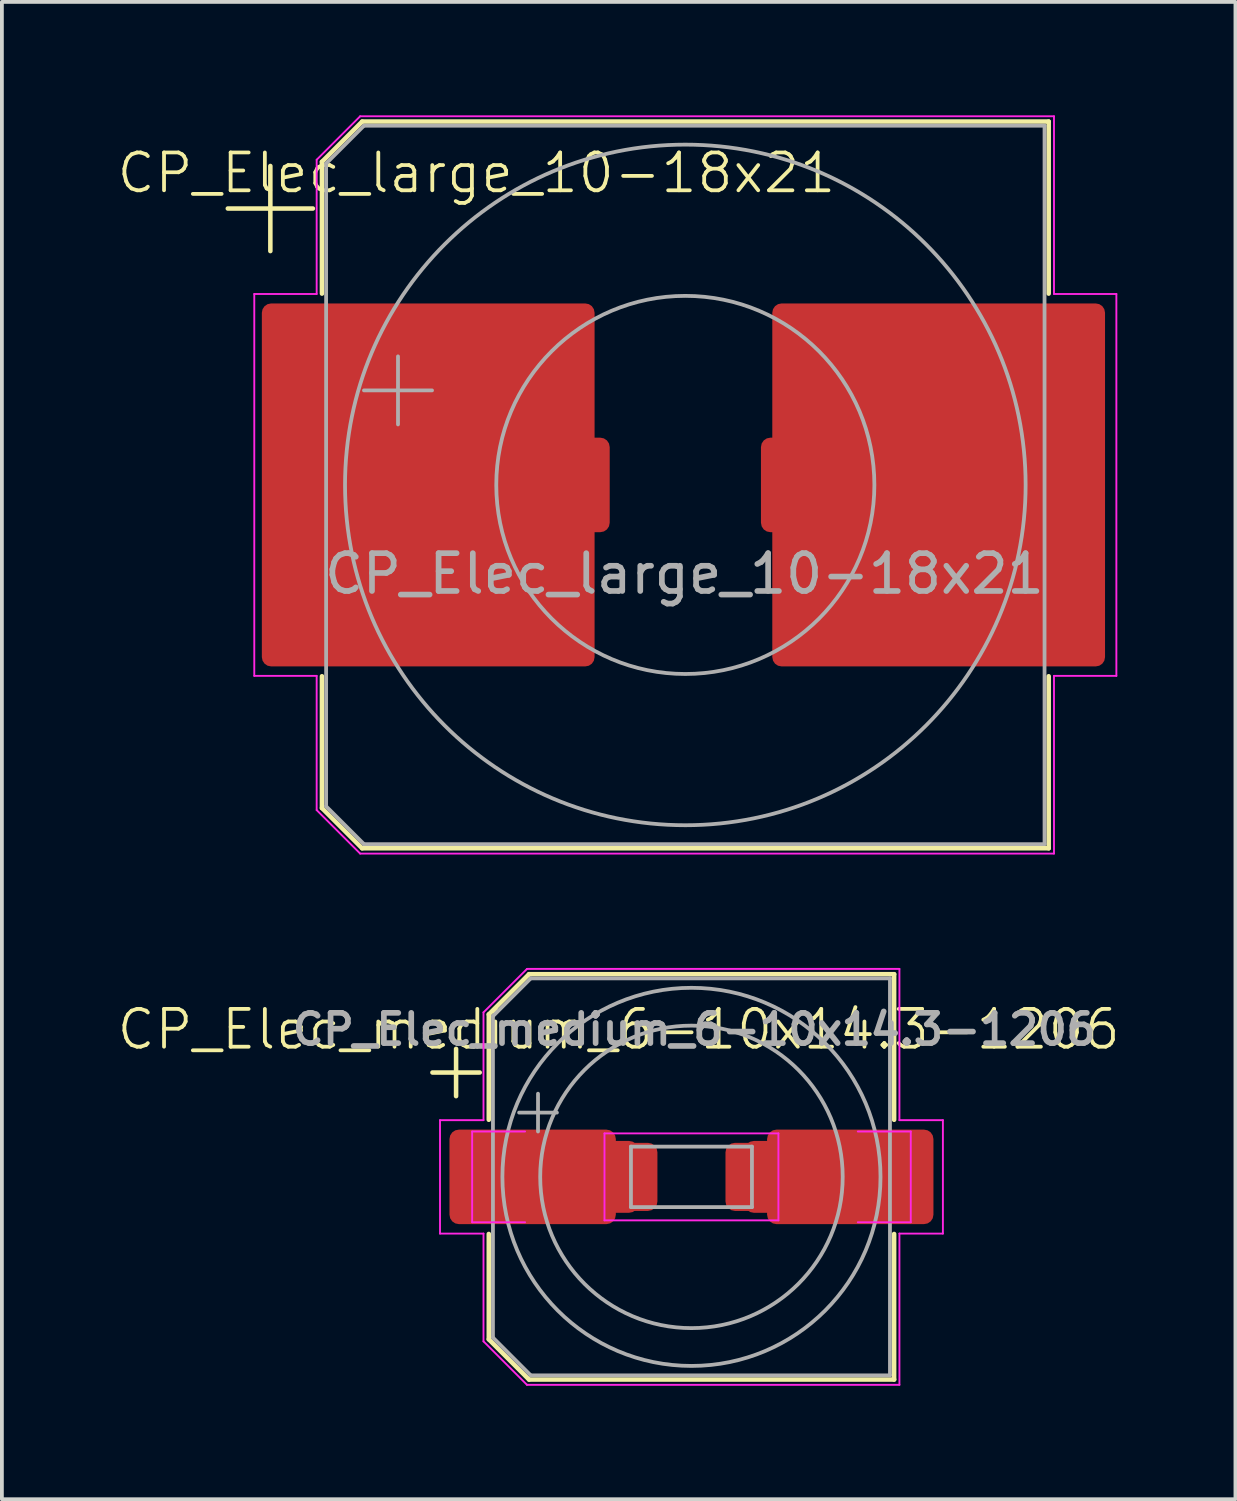
<source format=kicad_pcb>
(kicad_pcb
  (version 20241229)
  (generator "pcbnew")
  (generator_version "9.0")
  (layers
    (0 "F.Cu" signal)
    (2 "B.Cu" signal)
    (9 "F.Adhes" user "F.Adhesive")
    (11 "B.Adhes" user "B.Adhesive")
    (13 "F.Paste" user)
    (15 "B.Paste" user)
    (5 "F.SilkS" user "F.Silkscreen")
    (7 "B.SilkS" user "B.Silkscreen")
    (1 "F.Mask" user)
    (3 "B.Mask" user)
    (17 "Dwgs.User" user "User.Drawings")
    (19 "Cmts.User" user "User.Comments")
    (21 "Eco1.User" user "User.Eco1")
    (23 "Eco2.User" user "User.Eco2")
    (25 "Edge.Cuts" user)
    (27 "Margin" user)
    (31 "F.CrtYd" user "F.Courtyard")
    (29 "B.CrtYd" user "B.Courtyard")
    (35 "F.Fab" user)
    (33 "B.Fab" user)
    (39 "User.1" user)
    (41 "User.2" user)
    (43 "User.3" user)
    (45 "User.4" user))
  (footprint "CP_Elec_large_10-18x21"
    (layer "F.Cu")
    (at 15.05 9.625)
    (property "Reference" "CP_Elec_large_10-18x21" (at -5.5 -8.1 0) (unlocked yes) (layer "F.SilkS") (effects (font (size 1 1) (thickness 0.1))))
    (attr through_hole)
    (fp_line (start -12.075 -7.16) (end -9.825 -7.16) (stroke (width 0.12) (type solid)) (layer "F.SilkS"))
    (fp_line (start -10.95 -8.285) (end -10.95 -6.035) (stroke (width 0.12) (type solid)) (layer "F.SilkS"))
    (fp_line (start -9.585 -8.396) (end -9.585 -4.91) (stroke (width 0.12) (type solid)) (layer "F.SilkS"))
    (fp_line (start -9.585 -8.396) (end -8.521 -9.46) (stroke (width 0.12) (type solid)) (layer "F.SilkS"))
    (fp_line (start -9.585 8.696) (end -9.585 5.21) (stroke (width 0.12) (type solid)) (layer "F.SilkS"))
    (fp_line (start -9.585 8.696) (end -8.521 9.76) (stroke (width 0.12) (type solid)) (layer "F.SilkS"))
    (fp_line (start -8.521 -9.46) (end 9.635 -9.46) (stroke (width 0.12) (type solid)) (layer "F.SilkS"))
    (fp_line (start -8.521 9.76) (end 9.635 9.76) (stroke (width 0.12) (type solid)) (layer "F.SilkS"))
    (fp_line (start 9.635 -9.46) (end 9.635 -4.91) (stroke (width 0.12) (type solid)) (layer "F.SilkS"))
    (fp_line (start 9.635 9.76) (end 9.635 5.21) (stroke (width 0.12) (type solid)) (layer "F.SilkS"))
    (fp_line (start -11.375 -4.9) (end -11.375 5.2) (stroke (width 0.05) (type solid)) (layer "F.CrtYd"))
    (fp_line (start -11.375 5.2) (end -9.725 5.2) (stroke (width 0.05) (type solid)) (layer "F.CrtYd"))
    (fp_line (start -9.725 -8.45) (end -9.725 -4.9) (stroke (width 0.05) (type solid)) (layer "F.CrtYd"))
    (fp_line (start -9.725 -8.45) (end -8.575 -9.6) (stroke (width 0.05) (type solid)) (layer "F.CrtYd"))
    (fp_line (start -9.725 -4.9) (end -11.375 -4.9) (stroke (width 0.05) (type solid)) (layer "F.CrtYd"))
    (fp_line (start -9.725 5.2) (end -9.725 8.75) (stroke (width 0.05) (type solid)) (layer "F.CrtYd"))
    (fp_line (start -9.725 8.75) (end -8.575 9.9) (stroke (width 0.05) (type solid)) (layer "F.CrtYd"))
    (fp_line (start -8.575 -9.6) (end 9.775 -9.6) (stroke (width 0.05) (type solid)) (layer "F.CrtYd"))
    (fp_line (start -8.575 9.9) (end 9.775 9.9) (stroke (width 0.05) (type solid)) (layer "F.CrtYd"))
    (fp_line (start 9.775 -9.6) (end 9.775 -4.9) (stroke (width 0.05) (type solid)) (layer "F.CrtYd"))
    (fp_line (start 9.775 -4.9) (end 11.425 -4.9) (stroke (width 0.05) (type solid)) (layer "F.CrtYd"))
    (fp_line (start 9.775 5.2) (end 9.775 9.9) (stroke (width 0.05) (type solid)) (layer "F.CrtYd"))
    (fp_line (start 11.425 -4.9) (end 11.425 5.2) (stroke (width 0.05) (type solid)) (layer "F.CrtYd"))
    (fp_line (start 11.425 5.2) (end 9.775 5.2) (stroke (width 0.05) (type solid)) (layer "F.CrtYd"))
    (fp_line (start -9.475 -8.35) (end -9.475 8.65) (stroke (width 0.1) (type solid)) (layer "F.Fab"))
    (fp_line (start -9.475 -8.35) (end -8.475 -9.35) (stroke (width 0.1) (type solid)) (layer "F.Fab"))
    (fp_line (start -9.475 8.65) (end -8.475 9.65) (stroke (width 0.1) (type solid)) (layer "F.Fab"))
    (fp_line (start -8.475 -9.35) (end 9.525 -9.35) (stroke (width 0.1) (type solid)) (layer "F.Fab"))
    (fp_line (start -8.475 9.65) (end 9.525 9.65) (stroke (width 0.1) (type solid)) (layer "F.Fab"))
    (fp_line (start -8.474 -2.35) (end -6.674 -2.35) (stroke (width 0.1) (type solid)) (layer "F.Fab"))
    (fp_line (start -7.574 -3.25) (end -7.574 -1.45) (stroke (width 0.1) (type solid)) (layer "F.Fab"))
    (fp_line (start 9.525 -9.35) (end 9.525 9.65) (stroke (width 0.1) (type solid)) (layer "F.Fab"))
    (fp_circle (center 0.025 0.15) (end 5.025 0.15) (stroke (width 0.1) (type solid)) (fill no) (layer "F.Fab"))
    (fp_circle (center 0.025 0.15) (end 9.025 0.15) (stroke (width 0.1) (type solid)) (fill no) (layer "F.Fab"))
    (fp_text user "${REFERENCE}" (at 0 2.5 0) (unlocked yes) (layer "F.Fab") (effects (font (size 1 1) (thickness 0.15))))
    (pad "1" smd roundrect (at -6.775 0.15) (size 8.8 9.6) (layers "F.Cu" "F.Mask" "F.Paste") (roundrect_rratio 0.028))
    (pad "1" smd roundrect (at -4.175 0.15) (size 4.4 2.5) (layers "F.Cu" "F.Mask" "F.Paste") (roundrect_rratio 0.1))
    (pad "2" smd roundrect (at 4.225 0.15) (size 4.4 2.5) (layers "F.Cu" "F.Mask" "F.Paste") (roundrect_rratio 0.1))
    (pad "2" smd roundrect (at 6.725 0.15) (size 8.8 9.6) (layers "F.Cu" "F.Mask" "F.Paste") (roundrect_rratio 0.028)))
  (footprint "CP_Elec_medium_6-10x14.3-1206"
    (layer "F.Cu")
    (at 15.312 27.875)
    (property "Reference" "CP_Elec_medium_6-10x14.3-1206" (at -2 -3.7 0) (unlocked yes) (layer "F.SilkS") (effects (font (size 1 1) (thickness 0.1))))
    (attr through_hole)
    (fp_line (start -6.925 -2.56) (end -5.675 -2.56) (stroke (width 0.12) (type solid)) (layer "F.SilkS"))
    (fp_line (start -6.3 -3.185) (end -6.3 -1.935) (stroke (width 0.12) (type solid)) (layer "F.SilkS"))
    (fp_line (start -5.435 -4.096) (end -5.435 -1.31) (stroke (width 0.12) (type solid)) (layer "F.SilkS"))
    (fp_line (start -5.435 -4.096) (end -4.371 -5.16) (stroke (width 0.12) (type solid)) (layer "F.SilkS"))
    (fp_line (start -5.435 4.496) (end -5.435 1.71) (stroke (width 0.12) (type solid)) (layer "F.SilkS"))
    (fp_line (start -5.435 4.496) (end -4.371 5.56) (stroke (width 0.12) (type solid)) (layer "F.SilkS"))
    (fp_line (start -4.371 -5.16) (end 5.285 -5.16) (stroke (width 0.12) (type solid)) (layer "F.SilkS"))
    (fp_line (start -4.371 5.56) (end 5.285 5.56) (stroke (width 0.12) (type solid)) (layer "F.SilkS"))
    (fp_line (start 5.285 -5.16) (end 5.285 -1.31) (stroke (width 0.12) (type solid)) (layer "F.SilkS"))
    (fp_line (start 5.285 5.56) (end 5.285 1.71) (stroke (width 0.12) (type solid)) (layer "F.SilkS"))
    (fp_line (start -6.725 -1.3) (end -6.725 1.7) (stroke (width 0.05) (type solid)) (layer "F.CrtYd"))
    (fp_line (start -6.725 1.7) (end -5.575 1.7) (stroke (width 0.05) (type solid)) (layer "F.CrtYd"))
    (fp_line (start -5.875 -1) (end -5.875 1.4) (stroke (width 0.05) (type solid)) (layer "F.CrtYd"))
    (fp_line (start -5.875 1.4) (end -4.475 1.4) (stroke (width 0.05) (type solid)) (layer "F.CrtYd"))
    (fp_line (start -5.575 -4.15) (end -5.575 -1.3) (stroke (width 0.05) (type solid)) (layer "F.CrtYd"))
    (fp_line (start -5.575 -4.15) (end -4.425 -5.3) (stroke (width 0.05) (type solid)) (layer "F.CrtYd"))
    (fp_line (start -5.575 -1.3) (end -6.725 -1.3) (stroke (width 0.05) (type solid)) (layer "F.CrtYd"))
    (fp_line (start -5.575 1.7) (end -5.575 4.55) (stroke (width 0.05) (type solid)) (layer "F.CrtYd"))
    (fp_line (start -5.575 4.55) (end -4.425 5.7) (stroke (width 0.05) (type solid)) (layer "F.CrtYd"))
    (fp_line (start -4.475 -1) (end -5.875 -1) (stroke (width 0.05) (type solid)) (layer "F.CrtYd"))
    (fp_line (start -4.425 -5.3) (end 5.425 -5.3) (stroke (width 0.05) (type solid)) (layer "F.CrtYd"))
    (fp_line (start -4.425 5.7) (end 5.425 5.7) (stroke (width 0.05) (type solid)) (layer "F.CrtYd"))
    (fp_line (start -2.375 -0.95) (end 2.225 -0.95) (stroke (width 0.05) (type solid)) (layer "F.CrtYd"))
    (fp_line (start -2.375 1.35) (end -2.375 -0.95) (stroke (width 0.05) (type solid)) (layer "F.CrtYd"))
    (fp_line (start 2.225 -0.95) (end 2.225 1.35) (stroke (width 0.05) (type solid)) (layer "F.CrtYd"))
    (fp_line (start 2.225 1.35) (end -2.375 1.35) (stroke (width 0.05) (type solid)) (layer "F.CrtYd"))
    (fp_line (start 4.325 -1) (end 5.725 -1) (stroke (width 0.05) (type solid)) (layer "F.CrtYd"))
    (fp_line (start 5.425 -5.3) (end 5.425 -1.3) (stroke (width 0.05) (type solid)) (layer "F.CrtYd"))
    (fp_line (start 5.425 -1.3) (end 6.575 -1.3) (stroke (width 0.05) (type solid)) (layer "F.CrtYd"))
    (fp_line (start 5.425 1.7) (end 5.425 5.7) (stroke (width 0.05) (type solid)) (layer "F.CrtYd"))
    (fp_line (start 5.725 -1) (end 5.725 1.4) (stroke (width 0.05) (type solid)) (layer "F.CrtYd"))
    (fp_line (start 5.725 1.4) (end 4.325 1.4) (stroke (width 0.05) (type solid)) (layer "F.CrtYd"))
    (fp_line (start 6.575 -1.3) (end 6.575 1.7) (stroke (width 0.05) (type solid)) (layer "F.CrtYd"))
    (fp_line (start 6.575 1.7) (end 5.425 1.7) (stroke (width 0.05) (type solid)) (layer "F.CrtYd"))
    (fp_line (start -5.325 -4.05) (end -5.325 4.45) (stroke (width 0.1) (type solid)) (layer "F.Fab"))
    (fp_line (start -5.325 -4.05) (end -4.325 -5.05) (stroke (width 0.1) (type solid)) (layer "F.Fab"))
    (fp_line (start -5.325 4.45) (end -4.325 5.45) (stroke (width 0.1) (type solid)) (layer "F.Fab"))
    (fp_line (start -4.633 -1.5) (end -3.633 -1.5) (stroke (width 0.1) (type solid)) (layer "F.Fab"))
    (fp_line (start -4.325 -5.05) (end 5.175 -5.05) (stroke (width 0.1) (type solid)) (layer "F.Fab"))
    (fp_line (start -4.325 5.45) (end 5.175 5.45) (stroke (width 0.1) (type solid)) (layer "F.Fab"))
    (fp_line (start -4.133 -2) (end -4.133 -1) (stroke (width 0.1) (type solid)) (layer "F.Fab"))
    (fp_line (start -1.675 -0.6) (end 1.525 -0.6) (stroke (width 0.1) (type solid)) (layer "F.Fab"))
    (fp_line (start -1.675 1) (end -1.675 -0.6) (stroke (width 0.1) (type solid)) (layer "F.Fab"))
    (fp_line (start 1.525 -0.6) (end 1.525 1) (stroke (width 0.1) (type solid)) (layer "F.Fab"))
    (fp_line (start 1.525 1) (end -1.675 1) (stroke (width 0.1) (type solid)) (layer "F.Fab"))
    (fp_line (start 5.175 -5.05) (end 5.175 5.45) (stroke (width 0.1) (type solid)) (layer "F.Fab"))
    (fp_circle (center -0.075 0.2) (end 3.925 0.2) (stroke (width 0.1) (type solid)) (fill no) (layer "F.Fab"))
    (fp_circle (center -0.075 0.2) (end 4.925 0.2) (stroke (width 0.1) (type solid)) (fill no) (layer "F.Fab"))
    (fp_text user "${REFERENCE}" (at 0 -3.7 0) (unlocked yes) (layer "F.Fab") (effects (font (size 0.8 0.8) (thickness 0.15))))
    (pad "1" smd roundrect (at -4.275 0.2) (size 4.4 2.5) (layers "F.Cu" "F.Mask" "F.Paste") (roundrect_rratio 0.1))
    (pad "1" smd roundrect (at -3.55 0.2) (size 4.15 1.9) (layers "F.Cu" "F.Mask" "F.Paste") (roundrect_rratio 0.132))
    (pad "1" smd roundrect (at -1.55 0.2) (size 1.15 1.8) (layers "F.Cu" "F.Mask" "F.Paste") (roundrect_rratio 0.217))
    (pad "2" smd roundrect (at 1.4 0.2) (size 1.15 1.8) (layers "F.Cu" "F.Mask" "F.Paste") (roundrect_rratio 0.217))
    (pad "2" smd roundrect (at 3.4 0.2) (size 4.15 1.9) (layers "F.Cu" "F.Mask" "F.Paste") (roundrect_rratio 0.132))
    (pad "2" smd roundrect (at 4.125 0.2) (size 4.4 2.5) (layers "F.Cu" "F.Mask" "F.Paste") (roundrect_rratio 0.1)))
  (gr_rect
    (start -3 -3)
    (end 29.624 36.6)
    (stroke (width 0.1) (type default))
    (fill no)
    (layer "Edge.Cuts")))
</source>
